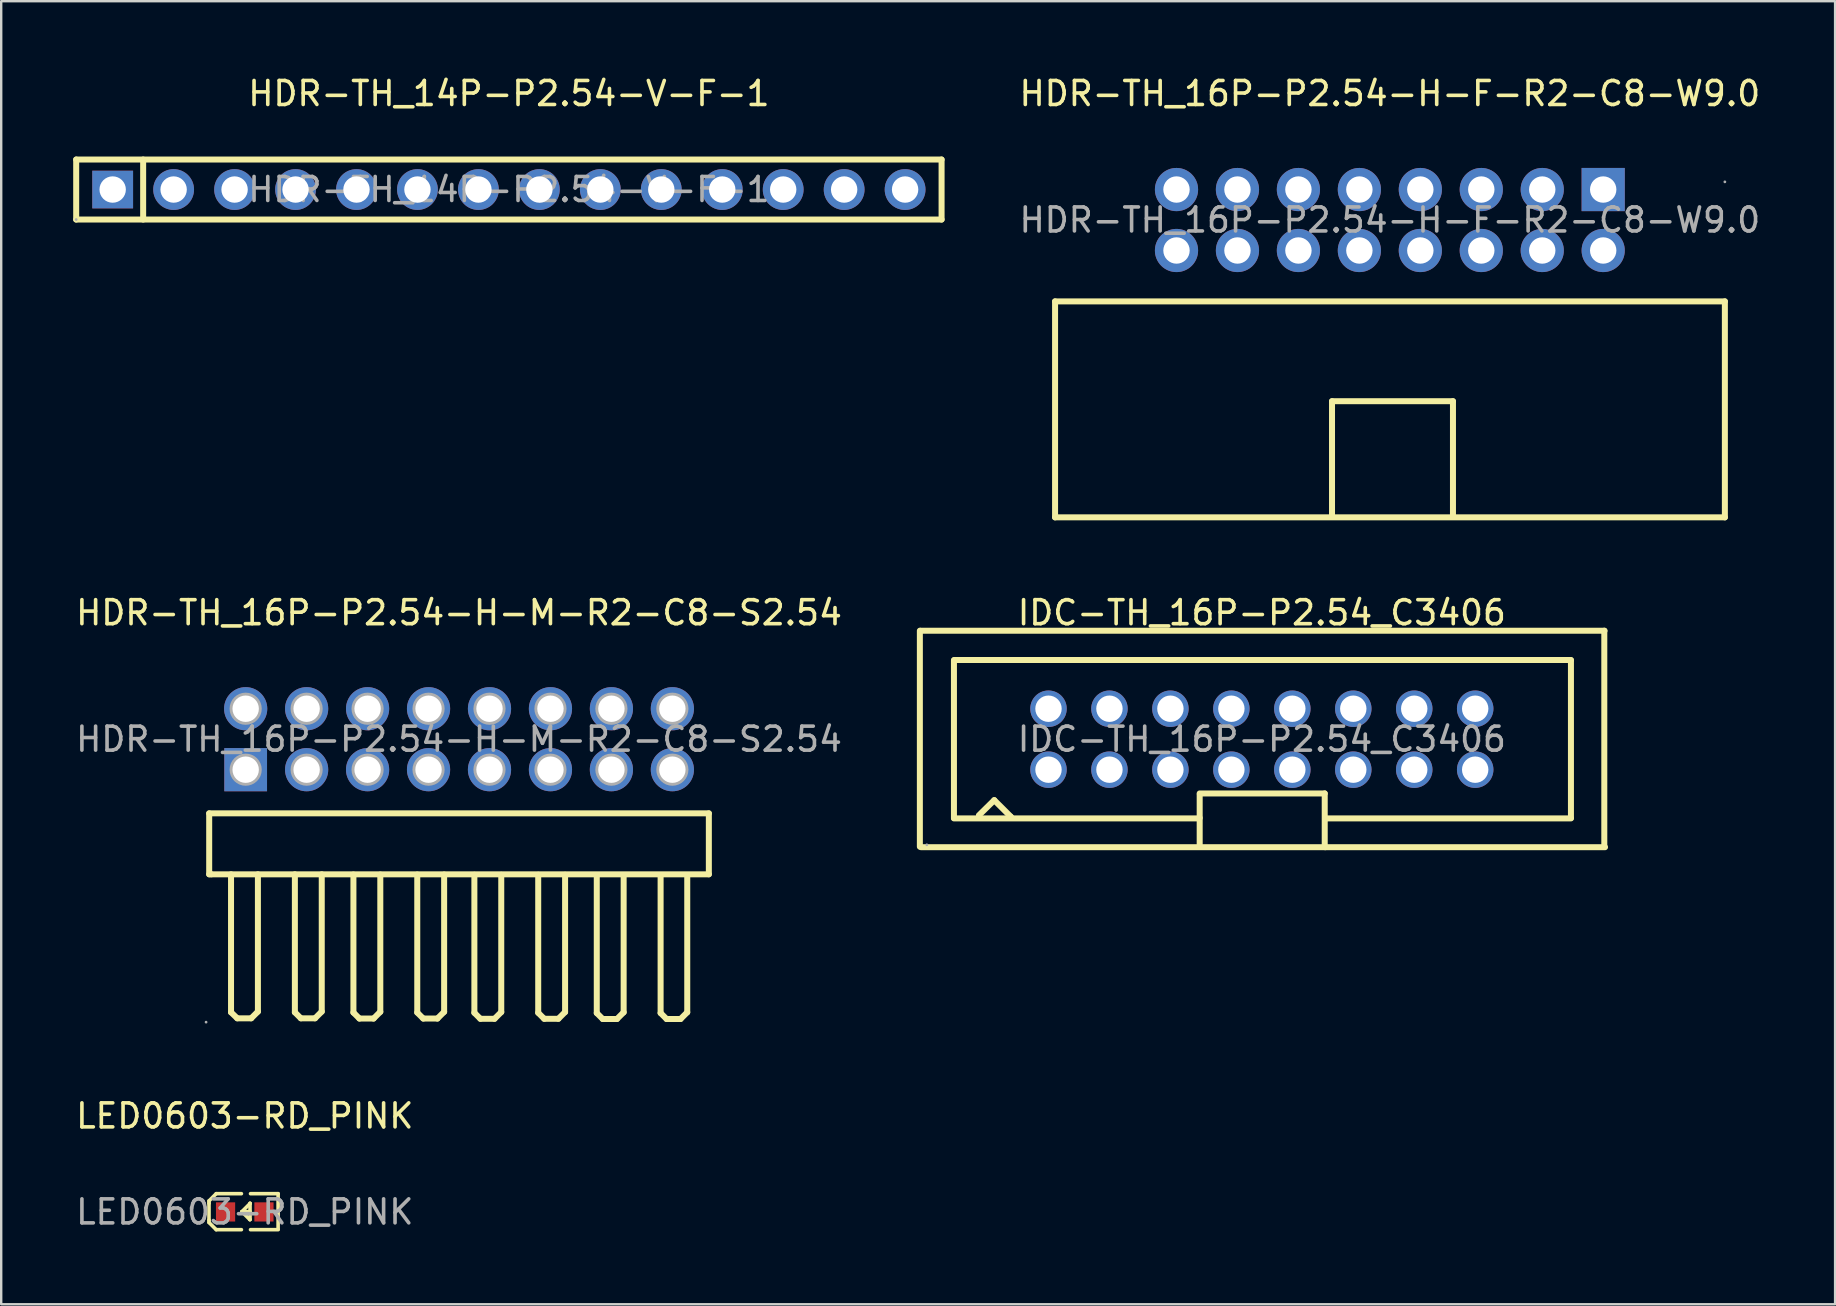
<source format=kicad_pcb>
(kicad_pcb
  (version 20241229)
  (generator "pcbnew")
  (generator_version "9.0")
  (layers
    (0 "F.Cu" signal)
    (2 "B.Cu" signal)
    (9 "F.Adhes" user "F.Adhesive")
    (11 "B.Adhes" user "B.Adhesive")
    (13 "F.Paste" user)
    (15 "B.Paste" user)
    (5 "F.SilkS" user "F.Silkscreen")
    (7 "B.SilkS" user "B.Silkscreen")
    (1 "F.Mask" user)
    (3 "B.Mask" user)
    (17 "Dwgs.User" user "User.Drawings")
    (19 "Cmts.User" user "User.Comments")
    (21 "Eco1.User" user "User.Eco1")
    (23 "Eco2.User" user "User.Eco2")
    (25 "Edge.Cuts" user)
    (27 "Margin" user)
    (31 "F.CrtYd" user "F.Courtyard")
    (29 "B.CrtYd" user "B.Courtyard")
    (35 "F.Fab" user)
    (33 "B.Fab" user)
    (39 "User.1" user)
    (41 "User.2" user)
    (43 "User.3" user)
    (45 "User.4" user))
  (footprint "LED0603-RD_PINK"
    (layer "F.Cu")
    (at 7.149 47.45)
    (property "Reference" "LED0603-RD_PINK" (at 0 -4 0) (layer "F.SilkS") (effects (font (size 1 1) (thickness 0.15))))
    (attr smd)
    (fp_line (start -1.49 -0.46) (end -1.19 -0.76) (stroke (width 0.15) (type solid)) (layer "F.SilkS"))
    (fp_line (start -1.49 -0.36) (end -1.49 -0.46) (stroke (width 0.15) (type solid)) (layer "F.SilkS"))
    (fp_line (start -1.49 -0.36) (end -1.49 0.34) (stroke (width 0.15) (type solid)) (layer "F.SilkS"))
    (fp_line (start -1.49 0.34) (end -1.49 0.44) (stroke (width 0.15) (type solid)) (layer "F.SilkS"))
    (fp_line (start -1.49 0.44) (end -1.19 0.74) (stroke (width 0.15) (type solid)) (layer "F.SilkS"))
    (fp_line (start -0.14 -0.76) (end -1.19 -0.76) (stroke (width 0.15) (type solid)) (layer "F.SilkS"))
    (fp_line (start -0.14 0.74) (end -1.19 0.74) (stroke (width 0.15) (type solid)) (layer "F.SilkS"))
    (fp_line (start 0.21 0.32) (end -0.12 -0.01) (stroke (width 0.15) (type solid)) (layer "F.SilkS"))
    (fp_line (start 0.22 -0.36) (end 0.22 -0.35) (stroke (width 0.15) (type solid)) (layer "F.SilkS"))
    (fp_line (start 0.22 -0.36) (end 0.22 0.32) (stroke (width 0.15) (type solid)) (layer "F.SilkS"))
    (fp_line (start 0.22 -0.35) (end -0.12 -0.01) (stroke (width 0.15) (type solid)) (layer "F.SilkS"))
    (fp_line (start 0.22 -0.01) (end -0.12 -0.01) (stroke (width 0.15) (type solid)) (layer "F.SilkS"))
    (fp_line (start 0.22 0.32) (end 0.21 0.32) (stroke (width 0.15) (type solid)) (layer "F.SilkS"))
    (fp_line (start 0.24 -0.76) (end 1.39 -0.76) (stroke (width 0.15) (type solid)) (layer "F.SilkS"))
    (fp_line (start 0.24 0.74) (end 1.39 0.74) (stroke (width 0.15) (type solid)) (layer "F.SilkS"))
    (fp_line (start 1.39 -0.76) (end 1.39 0.72) (stroke (width 0.15) (type solid)) (layer "F.SilkS"))
    (fp_circle (center -0.8 0.4) (end -0.77 0.4) (stroke (width 0.06) (type solid)) (fill no) (layer "F.Fab"))
    (fp_text user "${REFERENCE}" (at 0 0 0) (layer "F.Fab") (effects (font (size 1 1) (thickness 0.15))))
    (pad "1" smd rect (at -0.8 0 90) (size 0.8 0.8) (layers "F.Cu" "F.Mask" "F.Paste"))
    (pad "2" smd rect (at 0.8 0 90) (size 0.8 0.8) (layers "F.Cu" "F.Mask" "F.Paste")))
  (footprint "HDR-TH_14P-P2.54-V-F-1"
    (layer "F.Cu")
    (at 18.155 4.848)
    (property "Reference" "HDR-TH_14P-P2.54-V-F-1" (at 0 -4 0) (layer "F.SilkS") (effects (font (size 1 1) (thickness 0.15))))
    (attr through_hole)
    (fp_line (start -18.03 -1.25) (end -18.03 1.25) (stroke (width 0.25) (type solid)) (layer "F.SilkS"))
    (fp_line (start -18.03 1.25) (end 18.03 1.25) (stroke (width 0.25) (type solid)) (layer "F.SilkS"))
    (fp_line (start -15.24 -1.25) (end -15.24 1.25) (stroke (width 0.25) (type solid)) (layer "F.SilkS"))
    (fp_line (start 18.03 -1.25) (end -18.03 -1.25) (stroke (width 0.25) (type solid)) (layer "F.SilkS"))
    (fp_line (start 18.03 1.25) (end 18.03 -1.25) (stroke (width 0.25) (type solid)) (layer "F.SilkS"))
    (fp_circle (center -18.03 1.25) (end -18 1.25) (stroke (width 0.06) (type solid)) (fill no) (layer "F.Fab"))
    (fp_text user "${REFERENCE}" (at 0 0 0) (layer "F.Fab") (effects (font (size 1 1) (thickness 0.15))))
    (pad "1" thru_hole rect (at -16.51 0) (size 1.7 1.57) (drill 1.1) (layers "*.Cu" "*.Mask"))
    (pad "2" thru_hole circle (at -13.97 0) (size 1.7 1.7) (drill 1.1) (layers "*.Cu" "*.Mask"))
    (pad "3" thru_hole circle (at -11.43 0) (size 1.7 1.7) (drill 1.1) (layers "*.Cu" "*.Mask"))
    (pad "4" thru_hole circle (at -8.89 0) (size 1.7 1.7) (drill 1.1) (layers "*.Cu" "*.Mask"))
    (pad "5" thru_hole circle (at -6.35 0) (size 1.7 1.7) (drill 1.1) (layers "*.Cu" "*.Mask"))
    (pad "6" thru_hole circle (at -3.81 0) (size 1.7 1.7) (drill 1.1) (layers "*.Cu" "*.Mask"))
    (pad "7" thru_hole circle (at -1.27 0) (size 1.7 1.7) (drill 1.1) (layers "*.Cu" "*.Mask"))
    (pad "8" thru_hole circle (at 1.27 0) (size 1.7 1.7) (drill 1.1) (layers "*.Cu" "*.Mask"))
    (pad "9" thru_hole circle (at 3.81 0) (size 1.7 1.7) (drill 1.1) (layers "*.Cu" "*.Mask"))
    (pad "10" thru_hole circle (at 6.35 0) (size 1.7 1.7) (drill 1.1) (layers "*.Cu" "*.Mask"))
    (pad "11" thru_hole circle (at 8.89 0) (size 1.7 1.7) (drill 1.1) (layers "*.Cu" "*.Mask"))
    (pad "12" thru_hole circle (at 11.43 0) (size 1.7 1.7) (drill 1.1) (layers "*.Cu" "*.Mask"))
    (pad "13" thru_hole circle (at 13.97 0) (size 1.7 1.7) (drill 1.1) (layers "*.Cu" "*.Mask"))
    (pad "14" thru_hole circle (at 16.51 0) (size 1.7 1.7) (drill 1.1) (layers "*.Cu" "*.Mask")))
  (footprint "IDC-TH_16P-P2.54_C3406"
    (layer "F.Cu")
    (at 49.53 27.752)
    (property "Reference" "IDC-TH_16P-P2.54_C3406" (at 0 -5.27 0) (layer "F.SilkS") (effects (font (size 1 1) (thickness 0.15))))
    (attr through_hole)
    (fp_line (start -14.25 4.48) (end -14.25 -4.52) (stroke (width 0.25) (type solid)) (layer "F.SilkS"))
    (fp_line (start -14.22 -4.52) (end 14.28 -4.52) (stroke (width 0.25) (type solid)) (layer "F.SilkS"))
    (fp_line (start -14.2 4.5) (end 14.3 4.5) (stroke (width 0.25) (type solid)) (layer "F.SilkS"))
    (fp_line (start -12.83 3.28) (end -12.83 -3.29) (stroke (width 0.25) (type solid)) (layer "F.SilkS"))
    (fp_line (start -12.83 3.3) (end -2.62 3.3) (stroke (width 0.25) (type solid)) (layer "F.SilkS"))
    (fp_line (start -12.82 -3.3) (end 12.88 -3.3) (stroke (width 0.25) (type solid)) (layer "F.SilkS"))
    (fp_line (start -11.79 3.17) (end -11.15 2.54) (stroke (width 0.25) (type solid)) (layer "F.SilkS"))
    (fp_line (start -11.15 2.54) (end -10.46 3.23) (stroke (width 0.25) (type solid)) (layer "F.SilkS"))
    (fp_line (start -10.46 3.23) (end -10.46 3.25) (stroke (width 0.25) (type solid)) (layer "F.SilkS"))
    (fp_line (start -2.62 3.3) (end -2.59 3.28) (stroke (width 0.25) (type solid)) (layer "F.SilkS"))
    (fp_line (start -2.59 2.26) (end 2.62 2.26) (stroke (width 0.25) (type solid)) (layer "F.SilkS"))
    (fp_line (start -2.59 2.31) (end -2.59 4.47) (stroke (width 0.25) (type solid)) (layer "F.SilkS"))
    (fp_line (start 2.62 2.26) (end 2.62 4.47) (stroke (width 0.25) (type solid)) (layer "F.SilkS"))
    (fp_line (start 2.62 4.47) (end 2.64 4.5) (stroke (width 0.25) (type solid)) (layer "F.SilkS"))
    (fp_line (start 2.64 3.3) (end 12.88 3.3) (stroke (width 0.25) (type solid)) (layer "F.SilkS"))
    (fp_line (start 2.64 3.33) (end 2.64 3.3) (stroke (width 0.25) (type solid)) (layer "F.SilkS"))
    (fp_line (start 12.88 -3.29) (end 12.88 3.28) (stroke (width 0.25) (type solid)) (layer "F.SilkS"))
    (fp_line (start 14.27 -4.52) (end 14.27 4.48) (stroke (width 0.25) (type solid)) (layer "F.SilkS"))
    (fp_circle (center -13.96 4.4) (end -13.93 4.4) (stroke (width 0.06) (type solid)) (fill no) (layer "F.Fab"))
    (fp_text user "${REFERENCE}" (at 0 0 0) (layer "F.Fab") (effects (font (size 1 1) (thickness 0.15))))
    (pad "1" thru_hole circle (at -8.89 1.27) (size 1.52 1.52) (drill 1.1) (layers "*.Cu" "*.Mask"))
    (pad "2" thru_hole circle (at -8.89 -1.27) (size 1.52 1.52) (drill 1.1) (layers "*.Cu" "*.Mask"))
    (pad "3" thru_hole circle (at -6.35 1.27) (size 1.52 1.52) (drill 1.1) (layers "*.Cu" "*.Mask"))
    (pad "4" thru_hole circle (at -6.35 -1.27) (size 1.52 1.52) (drill 1.1) (layers "*.Cu" "*.Mask"))
    (pad "5" thru_hole circle (at -3.81 1.27) (size 1.52 1.52) (drill 1.1) (layers "*.Cu" "*.Mask"))
    (pad "6" thru_hole circle (at -3.81 -1.27) (size 1.52 1.52) (drill 1.1) (layers "*.Cu" "*.Mask"))
    (pad "7" thru_hole circle (at -1.27 1.27) (size 1.52 1.52) (drill 1.1) (layers "*.Cu" "*.Mask"))
    (pad "8" thru_hole circle (at -1.27 -1.27) (size 1.52 1.52) (drill 1.1) (layers "*.Cu" "*.Mask"))
    (pad "9" thru_hole circle (at 1.27 1.27) (size 1.52 1.52) (drill 1.1) (layers "*.Cu" "*.Mask"))
    (pad "10" thru_hole circle (at 1.27 -1.27) (size 1.52 1.52) (drill 1.1) (layers "*.Cu" "*.Mask"))
    (pad "11" thru_hole circle (at 3.81 1.27) (size 1.52 1.52) (drill 1.1) (layers "*.Cu" "*.Mask"))
    (pad "12" thru_hole circle (at 3.81 -1.27) (size 1.52 1.52) (drill 1.1) (layers "*.Cu" "*.Mask"))
    (pad "13" thru_hole circle (at 6.35 1.27) (size 1.52 1.52) (drill 1.1) (layers "*.Cu" "*.Mask"))
    (pad "14" thru_hole circle (at 6.35 -1.27) (size 1.52 1.52) (drill 1.1) (layers "*.Cu" "*.Mask"))
    (pad "15" thru_hole circle (at 8.89 1.27) (size 1.52 1.52) (drill 1.1) (layers "*.Cu" "*.Mask"))
    (pad "16" thru_hole circle (at 8.89 -1.27) (size 1.52 1.52) (drill 1.1) (layers "*.Cu" "*.Mask")))
  (footprint "HDR-TH_16P-P2.54-H-F-R2-C8-W9.0"
    (layer "F.Cu")
    (at 54.864 6.118)
    (property "Reference" "HDR-TH_16P-P2.54-H-F-R2-C8-W9.0" (at 0 -5.27 0) (layer "F.SilkS") (effects (font (size 1 1) (thickness 0.15))))
    (attr through_hole)
    (fp_line (start -13.95 3.39) (end -13.95 12.39) (stroke (width 0.25) (type solid)) (layer "F.SilkS"))
    (fp_line (start -13.95 3.39) (end 13.96 3.39) (stroke (width 0.25) (type solid)) (layer "F.SilkS"))
    (fp_line (start -13.95 12.39) (end 13.96 12.39) (stroke (width 0.25) (type solid)) (layer "F.SilkS"))
    (fp_line (start -2.41 7.55) (end 2.63 7.55) (stroke (width 0.25) (type solid)) (layer "F.SilkS"))
    (fp_line (start -2.41 12.32) (end -2.41 7.55) (stroke (width 0.25) (type solid)) (layer "F.SilkS"))
    (fp_line (start 2.63 7.55) (end 2.63 12.32) (stroke (width 0.25) (type solid)) (layer "F.SilkS"))
    (fp_line (start 13.96 12.39) (end 13.96 3.39) (stroke (width 0.25) (type solid)) (layer "F.SilkS"))
    (fp_circle (center 13.96 -1.59) (end 13.99 -1.59) (stroke (width 0.06) (type solid)) (fill no) (layer "F.Fab"))
    (fp_text user "${REFERENCE}" (at 0 0 0) (layer "F.Fab") (effects (font (size 1 1) (thickness 0.15))))
    (pad "1" thru_hole rect (at 8.89 -1.27) (size 1.8 1.8) (drill 1.1) (layers "*.Cu" "*.Mask"))
    (pad "2" thru_hole circle (at 8.89 1.27) (size 1.8 1.8) (drill 1.1) (layers "*.Cu" "*.Mask"))
    (pad "3" thru_hole circle (at 6.35 -1.27) (size 1.8 1.8) (drill 1.1) (layers "*.Cu" "*.Mask"))
    (pad "4" thru_hole circle (at 6.35 1.27) (size 1.8 1.8) (drill 1.1) (layers "*.Cu" "*.Mask"))
    (pad "5" thru_hole circle (at 3.81 -1.27) (size 1.8 1.8) (drill 1.1) (layers "*.Cu" "*.Mask"))
    (pad "6" thru_hole circle (at 3.81 1.27) (size 1.8 1.8) (drill 1.1) (layers "*.Cu" "*.Mask"))
    (pad "7" thru_hole circle (at 1.27 -1.27) (size 1.8 1.8) (drill 1.1) (layers "*.Cu" "*.Mask"))
    (pad "8" thru_hole circle (at 1.27 1.27) (size 1.8 1.8) (drill 1.1) (layers "*.Cu" "*.Mask"))
    (pad "9" thru_hole circle (at -1.27 -1.27) (size 1.8 1.8) (drill 1.1) (layers "*.Cu" "*.Mask"))
    (pad "10" thru_hole circle (at -1.27 1.27) (size 1.8 1.8) (drill 1.1) (layers "*.Cu" "*.Mask"))
    (pad "11" thru_hole circle (at -3.81 -1.27) (size 1.8 1.8) (drill 1.1) (layers "*.Cu" "*.Mask"))
    (pad "12" thru_hole circle (at -3.81 1.27) (size 1.8 1.8) (drill 1.1) (layers "*.Cu" "*.Mask"))
    (pad "13" thru_hole circle (at -6.35 -1.27) (size 1.8 1.8) (drill 1.1) (layers "*.Cu" "*.Mask"))
    (pad "14" thru_hole circle (at -6.35 1.27) (size 1.8 1.8) (drill 1.1) (layers "*.Cu" "*.Mask"))
    (pad "15" thru_hole circle (at -8.89 -1.27) (size 1.8 1.8) (drill 1.1) (layers "*.Cu" "*.Mask"))
    (pad "16" thru_hole circle (at -8.89 1.27) (size 1.8 1.8) (drill 1.1) (layers "*.Cu" "*.Mask")))
  (footprint "HDR-TH_16P-P2.54-H-M-R2-C8-S2.54"
    (layer "F.Cu")
    (at 16.077 27.752)
    (property "Reference" "HDR-TH_16P-P2.54-H-M-R2-C8-S2.54" (at 0 -5.27 0) (layer "F.SilkS") (effects (font (size 1 1) (thickness 0.15))))
    (attr through_hole)
    (fp_line (start -10.41 3.09) (end 10.41 3.09) (stroke (width 0.25) (type solid)) (layer "F.SilkS"))
    (fp_line (start -10.41 5.63) (end -10.41 3.09) (stroke (width 0.25) (type solid)) (layer "F.SilkS"))
    (fp_line (start -10.32 5.63) (end -10.41 5.63) (stroke (width 0.25) (type solid)) (layer "F.SilkS"))
    (fp_line (start -9.5 5.63) (end -9.5 11.38) (stroke (width 0.25) (type solid)) (layer "F.SilkS"))
    (fp_line (start -9.5 11.38) (end -9.24 11.63) (stroke (width 0.25) (type solid)) (layer "F.SilkS"))
    (fp_line (start -9.24 11.63) (end -8.66 11.63) (stroke (width 0.25) (type solid)) (layer "F.SilkS"))
    (fp_line (start -8.38 5.63) (end -8.38 11.35) (stroke (width 0.25) (type solid)) (layer "F.SilkS"))
    (fp_line (start -8.38 11.35) (end -8.66 11.63) (stroke (width 0.25) (type solid)) (layer "F.SilkS"))
    (fp_line (start -6.84 5.63) (end -6.84 11.38) (stroke (width 0.25) (type solid)) (layer "F.SilkS"))
    (fp_line (start -6.84 11.38) (end -6.59 11.63) (stroke (width 0.25) (type solid)) (layer "F.SilkS"))
    (fp_line (start -6.59 11.63) (end -6 11.63) (stroke (width 0.25) (type solid)) (layer "F.SilkS"))
    (fp_line (start -5.72 5.63) (end -5.72 11.35) (stroke (width 0.25) (type solid)) (layer "F.SilkS"))
    (fp_line (start -5.72 11.35) (end -6 11.63) (stroke (width 0.25) (type solid)) (layer "F.SilkS"))
    (fp_line (start -4.4 5.64) (end -4.4 11.39) (stroke (width 0.25) (type solid)) (layer "F.SilkS"))
    (fp_line (start -4.4 11.39) (end -4.15 11.64) (stroke (width 0.25) (type solid)) (layer "F.SilkS"))
    (fp_line (start -4.15 11.64) (end -3.56 11.64) (stroke (width 0.25) (type solid)) (layer "F.SilkS"))
    (fp_line (start -3.28 5.64) (end -3.28 11.36) (stroke (width 0.25) (type solid)) (layer "F.SilkS"))
    (fp_line (start -3.28 11.36) (end -3.56 11.64) (stroke (width 0.25) (type solid)) (layer "F.SilkS"))
    (fp_line (start -1.74 5.64) (end -1.74 11.39) (stroke (width 0.25) (type solid)) (layer "F.SilkS"))
    (fp_line (start -1.74 11.39) (end -1.49 11.64) (stroke (width 0.25) (type solid)) (layer "F.SilkS"))
    (fp_line (start -1.49 11.64) (end -0.9 11.64) (stroke (width 0.25) (type solid)) (layer "F.SilkS"))
    (fp_line (start -0.62 5.64) (end -0.62 11.36) (stroke (width 0.25) (type solid)) (layer "F.SilkS"))
    (fp_line (start -0.62 11.36) (end -0.9 11.64) (stroke (width 0.25) (type solid)) (layer "F.SilkS"))
    (fp_line (start 0.64 5.65) (end 0.64 11.4) (stroke (width 0.25) (type solid)) (layer "F.SilkS"))
    (fp_line (start 0.64 11.4) (end 0.89 11.65) (stroke (width 0.25) (type solid)) (layer "F.SilkS"))
    (fp_line (start 0.89 11.65) (end 1.48 11.65) (stroke (width 0.25) (type solid)) (layer "F.SilkS"))
    (fp_line (start 1.76 5.65) (end 1.76 11.37) (stroke (width 0.25) (type solid)) (layer "F.SilkS"))
    (fp_line (start 1.76 11.37) (end 1.48 11.65) (stroke (width 0.25) (type solid)) (layer "F.SilkS"))
    (fp_line (start 3.3 5.65) (end 3.3 11.4) (stroke (width 0.25) (type solid)) (layer "F.SilkS"))
    (fp_line (start 3.3 11.4) (end 3.55 11.65) (stroke (width 0.25) (type solid)) (layer "F.SilkS"))
    (fp_line (start 3.55 11.65) (end 4.14 11.65) (stroke (width 0.25) (type solid)) (layer "F.SilkS"))
    (fp_line (start 4.42 5.65) (end 4.42 11.37) (stroke (width 0.25) (type solid)) (layer "F.SilkS"))
    (fp_line (start 4.42 11.37) (end 4.14 11.65) (stroke (width 0.25) (type solid)) (layer "F.SilkS"))
    (fp_line (start 5.74 5.66) (end 5.74 11.41) (stroke (width 0.25) (type solid)) (layer "F.SilkS"))
    (fp_line (start 5.74 11.41) (end 5.99 11.66) (stroke (width 0.25) (type solid)) (layer "F.SilkS"))
    (fp_line (start 5.99 11.66) (end 6.58 11.66) (stroke (width 0.25) (type solid)) (layer "F.SilkS"))
    (fp_line (start 6.86 5.66) (end 6.86 11.38) (stroke (width 0.25) (type solid)) (layer "F.SilkS"))
    (fp_line (start 6.86 11.38) (end 6.58 11.66) (stroke (width 0.25) (type solid)) (layer "F.SilkS"))
    (fp_line (start 8.4 5.66) (end 8.4 11.41) (stroke (width 0.25) (type solid)) (layer "F.SilkS"))
    (fp_line (start 8.4 11.41) (end 8.65 11.66) (stroke (width 0.25) (type solid)) (layer "F.SilkS"))
    (fp_line (start 8.65 11.66) (end 9.23 11.66) (stroke (width 0.25) (type solid)) (layer "F.SilkS"))
    (fp_line (start 9.51 5.66) (end 9.51 11.38) (stroke (width 0.25) (type solid)) (layer "F.SilkS"))
    (fp_line (start 9.51 11.38) (end 9.23 11.66) (stroke (width 0.25) (type solid)) (layer "F.SilkS"))
    (fp_line (start 10.41 3.09) (end 10.41 5.63) (stroke (width 0.25) (type solid)) (layer "F.SilkS"))
    (fp_line (start 10.41 5.63) (end -10.32 5.63) (stroke (width 0.25) (type solid)) (layer "F.SilkS"))
    (fp_circle (center -10.54 11.79) (end -10.51 11.79) (stroke (width 0.06) (type solid)) (fill no) (layer "F.Fab"))
    (fp_circle (center -8.89 -1.27) (end -8.67 -1.27) (stroke (width 0.45) (type solid)) (fill no) (layer "F.Fab"))
    (fp_circle (center -8.89 1.27) (end -8.67 1.27) (stroke (width 0.45) (type solid)) (fill no) (layer "F.Fab"))
    (fp_circle (center -6.35 -1.27) (end -6.13 -1.27) (stroke (width 0.45) (type solid)) (fill no) (layer "F.Fab"))
    (fp_circle (center -6.35 1.27) (end -6.13 1.27) (stroke (width 0.45) (type solid)) (fill no) (layer "F.Fab"))
    (fp_circle (center -3.81 -1.27) (end -3.59 -1.27) (stroke (width 0.45) (type solid)) (fill no) (layer "F.Fab"))
    (fp_circle (center -3.81 1.27) (end -3.59 1.27) (stroke (width 0.45) (type solid)) (fill no) (layer "F.Fab"))
    (fp_circle (center -1.27 -1.27) (end -1.05 -1.27) (stroke (width 0.45) (type solid)) (fill no) (layer "F.Fab"))
    (fp_circle (center -1.27 1.27) (end -1.05 1.27) (stroke (width 0.45) (type solid)) (fill no) (layer "F.Fab"))
    (fp_circle (center 1.27 -1.27) (end 1.49 -1.27) (stroke (width 0.45) (type solid)) (fill no) (layer "F.Fab"))
    (fp_circle (center 1.27 1.27) (end 1.49 1.27) (stroke (width 0.45) (type solid)) (fill no) (layer "F.Fab"))
    (fp_circle (center 3.81 -1.27) (end 4.03 -1.27) (stroke (width 0.45) (type solid)) (fill no) (layer "F.Fab"))
    (fp_circle (center 3.81 1.27) (end 4.03 1.27) (stroke (width 0.45) (type solid)) (fill no) (layer "F.Fab"))
    (fp_circle (center 6.35 -1.27) (end 6.57 -1.27) (stroke (width 0.45) (type solid)) (fill no) (layer "F.Fab"))
    (fp_circle (center 6.35 1.27) (end 6.57 1.27) (stroke (width 0.45) (type solid)) (fill no) (layer "F.Fab"))
    (fp_circle (center 8.89 -1.27) (end 9.11 -1.27) (stroke (width 0.45) (type solid)) (fill no) (layer "F.Fab"))
    (fp_circle (center 8.89 1.27) (end 9.11 1.27) (stroke (width 0.45) (type solid)) (fill no) (layer "F.Fab"))
    (fp_text user "${REFERENCE}" (at 0 0 0) (layer "F.Fab") (effects (font (size 1 1) (thickness 0.15))))
    (pad "1" thru_hole rect (at -8.89 1.27 180) (size 1.78 1.8) (drill 1.1) (layers "*.Cu" "*.Mask"))
    (pad "2" thru_hole circle (at -8.89 -1.27 180) (size 1.8 1.8) (drill 1.1) (layers "*.Cu" "*.Mask"))
    (pad "3" thru_hole circle (at -6.35 1.27 180) (size 1.8 1.8) (drill 1.1) (layers "*.Cu" "*.Mask"))
    (pad "4" thru_hole circle (at -6.35 -1.27 180) (size 1.8 1.8) (drill 1.1) (layers "*.Cu" "*.Mask"))
    (pad "5" thru_hole circle (at -3.81 1.27 180) (size 1.8 1.8) (drill 1.1) (layers "*.Cu" "*.Mask"))
    (pad "6" thru_hole circle (at -3.81 -1.27 180) (size 1.8 1.8) (drill 1.1) (layers "*.Cu" "*.Mask"))
    (pad "7" thru_hole circle (at -1.27 1.27 180) (size 1.8 1.8) (drill 1.1) (layers "*.Cu" "*.Mask"))
    (pad "8" thru_hole circle (at -1.27 -1.27 180) (size 1.8 1.8) (drill 1.1) (layers "*.Cu" "*.Mask"))
    (pad "9" thru_hole circle (at 1.27 1.27 180) (size 1.8 1.8) (drill 1.1) (layers "*.Cu" "*.Mask"))
    (pad "10" thru_hole circle (at 1.27 -1.27 180) (size 1.8 1.8) (drill 1.1) (layers "*.Cu" "*.Mask"))
    (pad "11" thru_hole circle (at 3.81 1.27 180) (size 1.8 1.8) (drill 1.1) (layers "*.Cu" "*.Mask"))
    (pad "12" thru_hole circle (at 3.81 -1.27 180) (size 1.8 1.8) (drill 1.1) (layers "*.Cu" "*.Mask"))
    (pad "13" thru_hole circle (at 6.35 1.27 180) (size 1.8 1.8) (drill 1.1) (layers "*.Cu" "*.Mask"))
    (pad "14" thru_hole circle (at 6.35 -1.27 180) (size 1.8 1.8) (drill 1.1) (layers "*.Cu" "*.Mask"))
    (pad "15" thru_hole circle (at 8.89 1.27 180) (size 1.8 1.8) (drill 1.1) (layers "*.Cu" "*.Mask"))
    (pad "16" thru_hole circle (at 8.89 -1.27 180) (size 1.8 1.8) (drill 1.1) (layers "*.Cu" "*.Mask")))
  (gr_rect
    (start -3 -3)
    (end 73.417 51.298)
    (stroke (width 0.1) (type default))
    (fill no)
    (layer "Edge.Cuts")))
</source>
